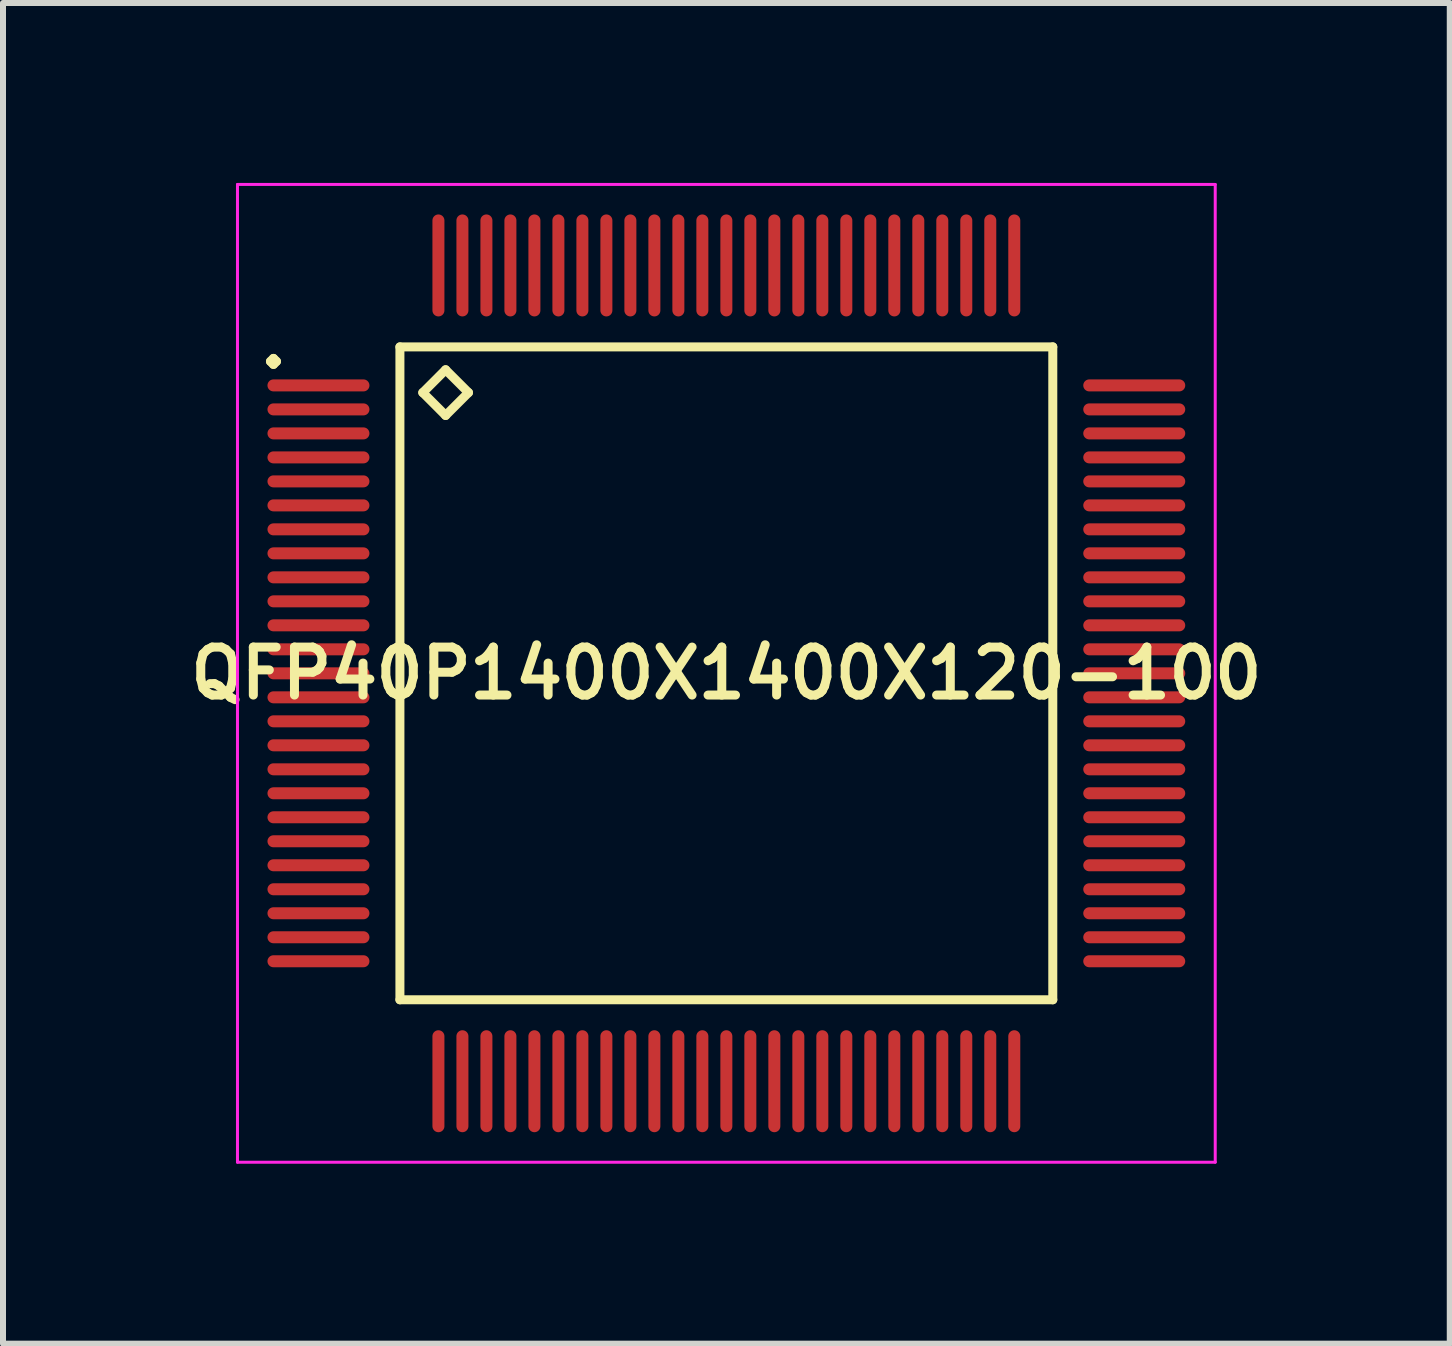
<source format=kicad_pcb>
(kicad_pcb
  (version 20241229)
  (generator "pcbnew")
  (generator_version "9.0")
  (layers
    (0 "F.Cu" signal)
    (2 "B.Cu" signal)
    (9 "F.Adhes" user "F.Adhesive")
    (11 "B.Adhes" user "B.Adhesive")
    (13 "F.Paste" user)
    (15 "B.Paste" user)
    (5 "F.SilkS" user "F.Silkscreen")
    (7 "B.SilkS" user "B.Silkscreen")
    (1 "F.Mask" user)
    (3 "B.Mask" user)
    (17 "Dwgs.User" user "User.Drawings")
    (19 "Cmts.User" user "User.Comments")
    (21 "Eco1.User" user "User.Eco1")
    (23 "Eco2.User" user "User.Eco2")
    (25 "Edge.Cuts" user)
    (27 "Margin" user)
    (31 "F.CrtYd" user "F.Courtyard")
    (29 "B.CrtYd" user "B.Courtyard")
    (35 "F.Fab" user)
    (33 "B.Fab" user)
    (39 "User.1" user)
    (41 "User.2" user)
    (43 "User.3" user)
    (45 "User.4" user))
  (footprint "QFP40P1400X1400X120-100"
    (layer "F.Cu")
    (at 9.059 8.175)
    (property "Reference" "QFP40P1400X1400X120-100" (at 0 0 0) (layer "F.SilkS") (effects (font (size 0.8 0.8) (thickness 0.15))))
    (attr smd)
    (fp_line (start -7.6 -5.2) (end -7.55 -5.25) (stroke (width 0.15) (type solid)) (layer "F.SilkS"))
    (fp_line (start -7.55 -5.25) (end -7.5 -5.2) (stroke (width 0.15) (type solid)) (layer "F.SilkS"))
    (fp_line (start -7.55 -5.15) (end -7.6 -5.2) (stroke (width 0.15) (type solid)) (layer "F.SilkS"))
    (fp_line (start -7.5 -5.2) (end -7.55 -5.15) (stroke (width 0.15) (type solid)) (layer "F.SilkS"))
    (fp_line (start -5.442 -5.442) (end -5.442 5.442) (stroke (width 0.15) (type solid)) (layer "F.SilkS"))
    (fp_line (start -5.442 5.442) (end 5.442 5.442) (stroke (width 0.15) (type solid)) (layer "F.SilkS"))
    (fp_line (start -5.061 -4.68) (end -4.68 -5.061) (stroke (width 0.15) (type solid)) (layer "F.SilkS"))
    (fp_line (start -4.68 -5.061) (end -4.299 -4.68) (stroke (width 0.15) (type solid)) (layer "F.SilkS"))
    (fp_line (start -4.68 -4.299) (end -5.061 -4.68) (stroke (width 0.15) (type solid)) (layer "F.SilkS"))
    (fp_line (start -4.299 -4.68) (end -4.68 -4.299) (stroke (width 0.15) (type solid)) (layer "F.SilkS"))
    (fp_line (start 5.442 -5.442) (end -5.442 -5.442) (stroke (width 0.15) (type solid)) (layer "F.SilkS"))
    (fp_line (start 5.442 5.442) (end 5.442 -5.442) (stroke (width 0.15) (type solid)) (layer "F.SilkS"))
    (fp_line (start -8.15 -8.15) (end 8.15 -8.15) (stroke (width 0.05) (type solid)) (layer "F.CrtYd"))
    (fp_line (start -8.15 8.15) (end -8.15 -8.15) (stroke (width 0.05) (type solid)) (layer "F.CrtYd"))
    (fp_line (start 8.15 -8.15) (end 8.15 8.15) (stroke (width 0.05) (type solid)) (layer "F.CrtYd"))
    (fp_line (start 8.15 8.15) (end -8.15 8.15) (stroke (width 0.05) (type solid)) (layer "F.CrtYd"))
    (pad "1" smd oval (at -6.8 -4.8) (size 1.7 0.2) (layers "F.Cu" "F.Mask" "F.Paste"))
    (pad "2" smd oval (at -6.8 -4.4) (size 1.7 0.2) (layers "F.Cu" "F.Mask" "F.Paste"))
    (pad "3" smd oval (at -6.8 -4) (size 1.7 0.2) (layers "F.Cu" "F.Mask" "F.Paste"))
    (pad "4" smd oval (at -6.8 -3.6) (size 1.7 0.2) (layers "F.Cu" "F.Mask" "F.Paste"))
    (pad "5" smd oval (at -6.8 -3.2) (size 1.7 0.2) (layers "F.Cu" "F.Mask" "F.Paste"))
    (pad "6" smd oval (at -6.8 -2.8) (size 1.7 0.2) (layers "F.Cu" "F.Mask" "F.Paste"))
    (pad "7" smd oval (at -6.8 -2.4) (size 1.7 0.2) (layers "F.Cu" "F.Mask" "F.Paste"))
    (pad "8" smd oval (at -6.8 -2) (size 1.7 0.2) (layers "F.Cu" "F.Mask" "F.Paste"))
    (pad "9" smd oval (at -6.8 -1.6) (size 1.7 0.2) (layers "F.Cu" "F.Mask" "F.Paste"))
    (pad "10" smd oval (at -6.8 -1.2) (size 1.7 0.2) (layers "F.Cu" "F.Mask" "F.Paste"))
    (pad "11" smd oval (at -6.8 -0.8) (size 1.7 0.2) (layers "F.Cu" "F.Mask" "F.Paste"))
    (pad "12" smd oval (at -6.8 -0.4) (size 1.7 0.2) (layers "F.Cu" "F.Mask" "F.Paste"))
    (pad "13" smd oval (at -6.8 0) (size 1.7 0.2) (layers "F.Cu" "F.Mask" "F.Paste"))
    (pad "14" smd oval (at -6.8 0.4) (size 1.7 0.2) (layers "F.Cu" "F.Mask" "F.Paste"))
    (pad "15" smd oval (at -6.8 0.8) (size 1.7 0.2) (layers "F.Cu" "F.Mask" "F.Paste"))
    (pad "16" smd oval (at -6.8 1.2) (size 1.7 0.2) (layers "F.Cu" "F.Mask" "F.Paste"))
    (pad "17" smd oval (at -6.8 1.6) (size 1.7 0.2) (layers "F.Cu" "F.Mask" "F.Paste"))
    (pad "18" smd oval (at -6.8 2) (size 1.7 0.2) (layers "F.Cu" "F.Mask" "F.Paste"))
    (pad "19" smd oval (at -6.8 2.4) (size 1.7 0.2) (layers "F.Cu" "F.Mask" "F.Paste"))
    (pad "20" smd oval (at -6.8 2.8) (size 1.7 0.2) (layers "F.Cu" "F.Mask" "F.Paste"))
    (pad "21" smd oval (at -6.8 3.2) (size 1.7 0.2) (layers "F.Cu" "F.Mask" "F.Paste"))
    (pad "22" smd oval (at -6.8 3.6) (size 1.7 0.2) (layers "F.Cu" "F.Mask" "F.Paste"))
    (pad "23" smd oval (at -6.8 4) (size 1.7 0.2) (layers "F.Cu" "F.Mask" "F.Paste"))
    (pad "24" smd oval (at -6.8 4.4) (size 1.7 0.2) (layers "F.Cu" "F.Mask" "F.Paste"))
    (pad "25" smd oval (at -6.8 4.8) (size 1.7 0.2) (layers "F.Cu" "F.Mask" "F.Paste"))
    (pad "26" smd oval (at -4.8 6.8) (size 0.2 1.7) (layers "F.Cu" "F.Mask" "F.Paste"))
    (pad "27" smd oval (at -4.4 6.8) (size 0.2 1.7) (layers "F.Cu" "F.Mask" "F.Paste"))
    (pad "28" smd oval (at -4 6.8) (size 0.2 1.7) (layers "F.Cu" "F.Mask" "F.Paste"))
    (pad "29" smd oval (at -3.6 6.8) (size 0.2 1.7) (layers "F.Cu" "F.Mask" "F.Paste"))
    (pad "30" smd oval (at -3.2 6.8) (size 0.2 1.7) (layers "F.Cu" "F.Mask" "F.Paste"))
    (pad "31" smd oval (at -2.8 6.8) (size 0.2 1.7) (layers "F.Cu" "F.Mask" "F.Paste"))
    (pad "32" smd oval (at -2.4 6.8) (size 0.2 1.7) (layers "F.Cu" "F.Mask" "F.Paste"))
    (pad "33" smd oval (at -2 6.8) (size 0.2 1.7) (layers "F.Cu" "F.Mask" "F.Paste"))
    (pad "34" smd oval (at -1.6 6.8) (size 0.2 1.7) (layers "F.Cu" "F.Mask" "F.Paste"))
    (pad "35" smd oval (at -1.2 6.8) (size 0.2 1.7) (layers "F.Cu" "F.Mask" "F.Paste"))
    (pad "36" smd oval (at -0.8 6.8) (size 0.2 1.7) (layers "F.Cu" "F.Mask" "F.Paste"))
    (pad "37" smd oval (at -0.4 6.8) (size 0.2 1.7) (layers "F.Cu" "F.Mask" "F.Paste"))
    (pad "38" smd oval (at 0 6.8) (size 0.2 1.7) (layers "F.Cu" "F.Mask" "F.Paste"))
    (pad "39" smd oval (at 0.4 6.8) (size 0.2 1.7) (layers "F.Cu" "F.Mask" "F.Paste"))
    (pad "40" smd oval (at 0.8 6.8) (size 0.2 1.7) (layers "F.Cu" "F.Mask" "F.Paste"))
    (pad "41" smd oval (at 1.2 6.8) (size 0.2 1.7) (layers "F.Cu" "F.Mask" "F.Paste"))
    (pad "42" smd oval (at 1.6 6.8) (size 0.2 1.7) (layers "F.Cu" "F.Mask" "F.Paste"))
    (pad "43" smd oval (at 2 6.8) (size 0.2 1.7) (layers "F.Cu" "F.Mask" "F.Paste"))
    (pad "44" smd oval (at 2.4 6.8) (size 0.2 1.7) (layers "F.Cu" "F.Mask" "F.Paste"))
    (pad "45" smd oval (at 2.8 6.8) (size 0.2 1.7) (layers "F.Cu" "F.Mask" "F.Paste"))
    (pad "46" smd oval (at 3.2 6.8) (size 0.2 1.7) (layers "F.Cu" "F.Mask" "F.Paste"))
    (pad "47" smd oval (at 3.6 6.8) (size 0.2 1.7) (layers "F.Cu" "F.Mask" "F.Paste"))
    (pad "48" smd oval (at 4 6.8) (size 0.2 1.7) (layers "F.Cu" "F.Mask" "F.Paste"))
    (pad "49" smd oval (at 4.4 6.8) (size 0.2 1.7) (layers "F.Cu" "F.Mask" "F.Paste"))
    (pad "50" smd oval (at 4.8 6.8) (size 0.2 1.7) (layers "F.Cu" "F.Mask" "F.Paste"))
    (pad "51" smd oval (at 6.8 4.8) (size 1.7 0.2) (layers "F.Cu" "F.Mask" "F.Paste"))
    (pad "52" smd oval (at 6.8 4.4) (size 1.7 0.2) (layers "F.Cu" "F.Mask" "F.Paste"))
    (pad "53" smd oval (at 6.8 4) (size 1.7 0.2) (layers "F.Cu" "F.Mask" "F.Paste"))
    (pad "54" smd oval (at 6.8 3.6) (size 1.7 0.2) (layers "F.Cu" "F.Mask" "F.Paste"))
    (pad "55" smd oval (at 6.8 3.2) (size 1.7 0.2) (layers "F.Cu" "F.Mask" "F.Paste"))
    (pad "56" smd oval (at 6.8 2.8) (size 1.7 0.2) (layers "F.Cu" "F.Mask" "F.Paste"))
    (pad "57" smd oval (at 6.8 2.4) (size 1.7 0.2) (layers "F.Cu" "F.Mask" "F.Paste"))
    (pad "58" smd oval (at 6.8 2) (size 1.7 0.2) (layers "F.Cu" "F.Mask" "F.Paste"))
    (pad "59" smd oval (at 6.8 1.6) (size 1.7 0.2) (layers "F.Cu" "F.Mask" "F.Paste"))
    (pad "60" smd oval (at 6.8 1.2) (size 1.7 0.2) (layers "F.Cu" "F.Mask" "F.Paste"))
    (pad "61" smd oval (at 6.8 0.8) (size 1.7 0.2) (layers "F.Cu" "F.Mask" "F.Paste"))
    (pad "62" smd oval (at 6.8 0.4) (size 1.7 0.2) (layers "F.Cu" "F.Mask" "F.Paste"))
    (pad "63" smd oval (at 6.8 0) (size 1.7 0.2) (layers "F.Cu" "F.Mask" "F.Paste"))
    (pad "64" smd oval (at 6.8 -0.4) (size 1.7 0.2) (layers "F.Cu" "F.Mask" "F.Paste"))
    (pad "65" smd oval (at 6.8 -0.8) (size 1.7 0.2) (layers "F.Cu" "F.Mask" "F.Paste"))
    (pad "66" smd oval (at 6.8 -1.2) (size 1.7 0.2) (layers "F.Cu" "F.Mask" "F.Paste"))
    (pad "67" smd oval (at 6.8 -1.6) (size 1.7 0.2) (layers "F.Cu" "F.Mask" "F.Paste"))
    (pad "68" smd oval (at 6.8 -2) (size 1.7 0.2) (layers "F.Cu" "F.Mask" "F.Paste"))
    (pad "69" smd oval (at 6.8 -2.4) (size 1.7 0.2) (layers "F.Cu" "F.Mask" "F.Paste"))
    (pad "70" smd oval (at 6.8 -2.8) (size 1.7 0.2) (layers "F.Cu" "F.Mask" "F.Paste"))
    (pad "71" smd oval (at 6.8 -3.2) (size 1.7 0.2) (layers "F.Cu" "F.Mask" "F.Paste"))
    (pad "72" smd oval (at 6.8 -3.6) (size 1.7 0.2) (layers "F.Cu" "F.Mask" "F.Paste"))
    (pad "73" smd oval (at 6.8 -4) (size 1.7 0.2) (layers "F.Cu" "F.Mask" "F.Paste"))
    (pad "74" smd oval (at 6.8 -4.4) (size 1.7 0.2) (layers "F.Cu" "F.Mask" "F.Paste"))
    (pad "75" smd oval (at 6.8 -4.8) (size 1.7 0.2) (layers "F.Cu" "F.Mask" "F.Paste"))
    (pad "76" smd oval (at 4.8 -6.8) (size 0.2 1.7) (layers "F.Cu" "F.Mask" "F.Paste"))
    (pad "77" smd oval (at 4.4 -6.8) (size 0.2 1.7) (layers "F.Cu" "F.Mask" "F.Paste"))
    (pad "78" smd oval (at 4 -6.8) (size 0.2 1.7) (layers "F.Cu" "F.Mask" "F.Paste"))
    (pad "79" smd oval (at 3.6 -6.8) (size 0.2 1.7) (layers "F.Cu" "F.Mask" "F.Paste"))
    (pad "80" smd oval (at 3.2 -6.8) (size 0.2 1.7) (layers "F.Cu" "F.Mask" "F.Paste"))
    (pad "81" smd oval (at 2.8 -6.8) (size 0.2 1.7) (layers "F.Cu" "F.Mask" "F.Paste"))
    (pad "82" smd oval (at 2.4 -6.8) (size 0.2 1.7) (layers "F.Cu" "F.Mask" "F.Paste"))
    (pad "83" smd oval (at 2 -6.8) (size 0.2 1.7) (layers "F.Cu" "F.Mask" "F.Paste"))
    (pad "84" smd oval (at 1.6 -6.8) (size 0.2 1.7) (layers "F.Cu" "F.Mask" "F.Paste"))
    (pad "85" smd oval (at 1.2 -6.8) (size 0.2 1.7) (layers "F.Cu" "F.Mask" "F.Paste"))
    (pad "86" smd oval (at 0.8 -6.8) (size 0.2 1.7) (layers "F.Cu" "F.Mask" "F.Paste"))
    (pad "87" smd oval (at 0.4 -6.8) (size 0.2 1.7) (layers "F.Cu" "F.Mask" "F.Paste"))
    (pad "88" smd oval (at 0 -6.8) (size 0.2 1.7) (layers "F.Cu" "F.Mask" "F.Paste"))
    (pad "89" smd oval (at -0.4 -6.8) (size 0.2 1.7) (layers "F.Cu" "F.Mask" "F.Paste"))
    (pad "90" smd oval (at -0.8 -6.8) (size 0.2 1.7) (layers "F.Cu" "F.Mask" "F.Paste"))
    (pad "91" smd oval (at -1.2 -6.8) (size 0.2 1.7) (layers "F.Cu" "F.Mask" "F.Paste"))
    (pad "92" smd oval (at -1.6 -6.8) (size 0.2 1.7) (layers "F.Cu" "F.Mask" "F.Paste"))
    (pad "93" smd oval (at -2 -6.8) (size 0.2 1.7) (layers "F.Cu" "F.Mask" "F.Paste"))
    (pad "94" smd oval (at -2.4 -6.8) (size 0.2 1.7) (layers "F.Cu" "F.Mask" "F.Paste"))
    (pad "95" smd oval (at -2.8 -6.8) (size 0.2 1.7) (layers "F.Cu" "F.Mask" "F.Paste"))
    (pad "96" smd oval (at -3.2 -6.8) (size 0.2 1.7) (layers "F.Cu" "F.Mask" "F.Paste"))
    (pad "97" smd oval (at -3.6 -6.8) (size 0.2 1.7) (layers "F.Cu" "F.Mask" "F.Paste"))
    (pad "98" smd oval (at -4 -6.8) (size 0.2 1.7) (layers "F.Cu" "F.Mask" "F.Paste"))
    (pad "99" smd oval (at -4.4 -6.8) (size 0.2 1.7) (layers "F.Cu" "F.Mask" "F.Paste"))
    (pad "100" smd oval (at -4.8 -6.8) (size 0.2 1.7) (layers "F.Cu" "F.Mask" "F.Paste")))
  (gr_rect
    (start -3 -3)
    (end 21.119 19.35)
    (stroke (width 0.1) (type default))
    (fill no)
    (layer "Edge.Cuts")))
</source>
